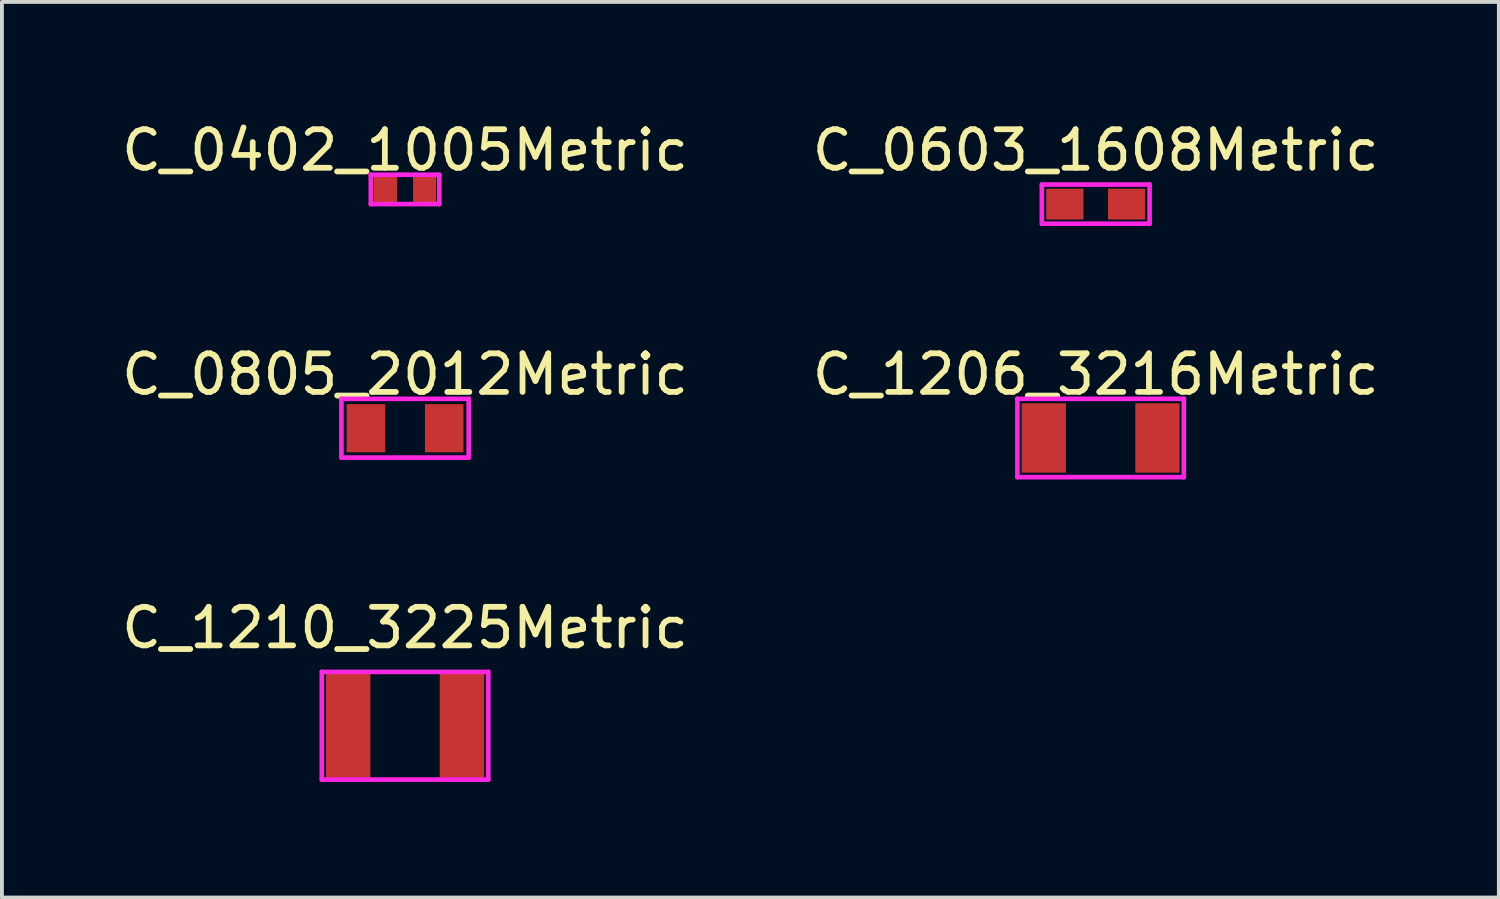
<source format=kicad_pcb>
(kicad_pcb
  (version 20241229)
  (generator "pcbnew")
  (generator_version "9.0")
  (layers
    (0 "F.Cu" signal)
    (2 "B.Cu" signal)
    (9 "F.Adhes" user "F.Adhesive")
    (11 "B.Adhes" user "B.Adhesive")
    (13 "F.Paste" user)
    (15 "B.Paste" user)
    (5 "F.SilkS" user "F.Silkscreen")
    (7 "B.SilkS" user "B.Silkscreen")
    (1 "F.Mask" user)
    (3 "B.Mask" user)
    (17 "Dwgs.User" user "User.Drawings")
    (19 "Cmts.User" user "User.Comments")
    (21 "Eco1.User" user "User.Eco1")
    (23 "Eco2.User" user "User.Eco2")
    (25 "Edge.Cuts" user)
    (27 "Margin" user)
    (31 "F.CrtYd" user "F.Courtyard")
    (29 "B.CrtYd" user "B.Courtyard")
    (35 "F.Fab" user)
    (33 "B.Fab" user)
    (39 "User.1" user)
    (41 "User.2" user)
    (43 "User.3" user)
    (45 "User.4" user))
  (footprint "C_0603_1608Metric"
    (layer "F.Cu")
    (at 25.375 2.245)
    (property "Reference" "C_0603_1608Metric" (at 0 -1.397 0) (layer "F.SilkS") (effects (font (size 1 1) (thickness 0.15))))
    (attr through_hole)
    (fp_line (start -1.397 -0.508) (end -1.397 0.508) (stroke (width 0.12) (type solid)) (layer "F.CrtYd"))
    (fp_line (start -1.397 0.508) (end 1.397 0.508) (stroke (width 0.12) (type solid)) (layer "F.CrtYd"))
    (fp_line (start 1.397 -0.508) (end -1.397 -0.508) (stroke (width 0.12) (type solid)) (layer "F.CrtYd"))
    (fp_line (start 1.397 0.508) (end 1.397 -0.508) (stroke (width 0.12) (type solid)) (layer "F.CrtYd"))
    (pad "1" smd rect (at -0.8 0) (size 0.965 0.8) (layers "F.Cu" "F.Mask" "F.Paste"))
    (pad "2" smd rect (at 0.8 0) (size 0.965 0.8) (layers "F.Cu" "F.Mask" "F.Paste")))
  (footprint "C_0402_1005Metric"
    (layer "F.Cu")
    (at 7.458 1.864)
    (property "Reference" "C_0402_1005Metric" (at 0 -1.016 0) (layer "F.SilkS") (effects (font (size 1 1) (thickness 0.15))))
    (attr through_hole)
    (fp_line (start -0.889 -0.381) (end -0.889 0.381) (stroke (width 0.12) (type solid)) (layer "F.CrtYd"))
    (fp_line (start -0.889 0.381) (end 0.889 0.381) (stroke (width 0.12) (type solid)) (layer "F.CrtYd"))
    (fp_line (start 0.889 -0.381) (end -0.889 -0.381) (stroke (width 0.12) (type solid)) (layer "F.CrtYd"))
    (fp_line (start 0.889 0.381) (end 0.889 -0.381) (stroke (width 0.12) (type solid)) (layer "F.CrtYd"))
    (pad "1" smd rect (at -0.508 0) (size 0.6 0.7) (layers "F.Cu" "F.Mask" "F.Paste"))
    (pad "2" smd rect (at 0.508 0) (size 0.6 0.7) (layers "F.Cu" "F.Mask" "F.Paste")))
  (footprint "C_1210_3225Metric"
    (layer "F.Cu")
    (at 7.458 15.777)
    (property "Reference" "C_1210_3225Metric" (at 0 -2.54 0) (layer "F.SilkS") (effects (font (size 1 1) (thickness 0.15))))
    (attr through_hole)
    (fp_line (start -2.159 -1.397) (end -2.159 1.397) (stroke (width 0.12) (type solid)) (layer "F.CrtYd"))
    (fp_line (start -2.159 1.397) (end 2.159 1.397) (stroke (width 0.12) (type solid)) (layer "F.CrtYd"))
    (fp_line (start 2.159 -1.397) (end -2.159 -1.397) (stroke (width 0.12) (type solid)) (layer "F.CrtYd"))
    (fp_line (start 2.159 1.397) (end 2.159 -1.397) (stroke (width 0.12) (type solid)) (layer "F.CrtYd"))
    (pad "1" smd rect (at -1.475 0) (size 1.15 2.7) (layers "F.Cu" "F.Mask" "F.Paste"))
    (pad "2" smd rect (at 1.475 0) (size 1.15 2.7) (layers "F.Cu" "F.Mask" "F.Paste")))
  (footprint "C_0805_2012Metric"
    (layer "F.Cu")
    (at 7.458 8.059)
    (property "Reference" "C_0805_2012Metric" (at 0 -1.397 0) (layer "F.SilkS") (effects (font (size 1 1) (thickness 0.15))))
    (attr through_hole)
    (fp_line (start -1.651 -0.762) (end -1.651 0.762) (stroke (width 0.12) (type solid)) (layer "F.CrtYd"))
    (fp_line (start -1.651 0.762) (end 1.651 0.762) (stroke (width 0.12) (type solid)) (layer "F.CrtYd"))
    (fp_line (start 1.651 -0.762) (end -1.651 -0.762) (stroke (width 0.12) (type solid)) (layer "F.CrtYd"))
    (fp_line (start 1.651 0.762) (end 1.651 -0.762) (stroke (width 0.12) (type solid)) (layer "F.CrtYd"))
    (pad "1" smd rect (at -1.016 0) (size 1 1.25) (layers "F.Cu" "F.Mask" "F.Paste"))
    (pad "2" smd rect (at 1.016 0) (size 1 1.25) (layers "F.Cu" "F.Mask" "F.Paste")))
  (footprint "C_1206_3216Metric"
    (layer "F.Cu")
    (at 25.502 8.312)
    (property "Reference" "C_1206_3216Metric" (at -0.127 -1.651 0) (layer "F.SilkS") (effects (font (size 1 1) (thickness 0.15))))
    (attr smd)
    (fp_line (start -2.159 -1.016) (end -2.159 1.016) (stroke (width 0.12) (type solid)) (layer "F.CrtYd"))
    (fp_line (start -2.159 1.016) (end 2.159 1.016) (stroke (width 0.12) (type solid)) (layer "F.CrtYd"))
    (fp_line (start 2.159 -1.016) (end -2.159 -1.016) (stroke (width 0.12) (type solid)) (layer "F.CrtYd"))
    (fp_line (start 2.159 1.016) (end 2.159 -1.016) (stroke (width 0.12) (type solid)) (layer "F.CrtYd"))
    (pad "1" smd rect (at -1.475 0) (size 1.15 1.8) (layers "F.Cu" "F.Mask" "F.Paste"))
    (pad "2" smd rect (at 1.475 0) (size 1.15 1.8) (layers "F.Cu" "F.Mask" "F.Paste")))
  (gr_rect
    (start -3 -3)
    (end 35.833 20.234)
    (stroke (width 0.1) (type default))
    (fill no)
    (layer "Edge.Cuts")))
</source>
